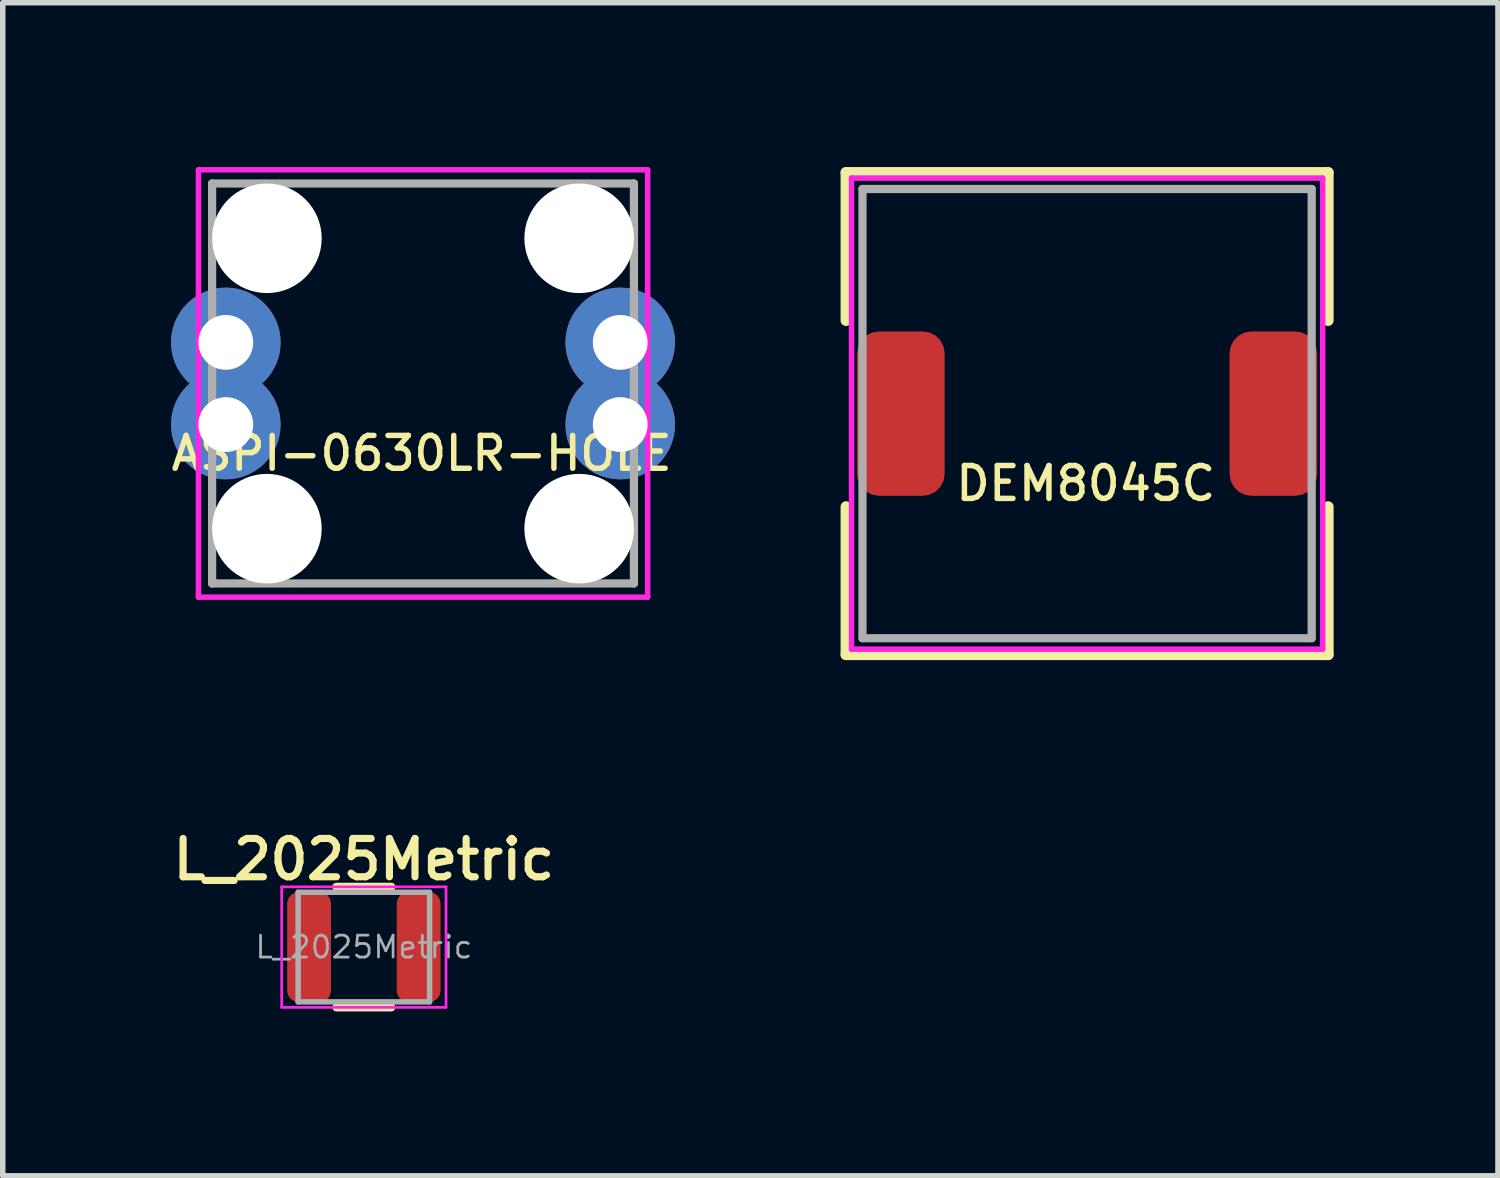
<source format=kicad_pcb>
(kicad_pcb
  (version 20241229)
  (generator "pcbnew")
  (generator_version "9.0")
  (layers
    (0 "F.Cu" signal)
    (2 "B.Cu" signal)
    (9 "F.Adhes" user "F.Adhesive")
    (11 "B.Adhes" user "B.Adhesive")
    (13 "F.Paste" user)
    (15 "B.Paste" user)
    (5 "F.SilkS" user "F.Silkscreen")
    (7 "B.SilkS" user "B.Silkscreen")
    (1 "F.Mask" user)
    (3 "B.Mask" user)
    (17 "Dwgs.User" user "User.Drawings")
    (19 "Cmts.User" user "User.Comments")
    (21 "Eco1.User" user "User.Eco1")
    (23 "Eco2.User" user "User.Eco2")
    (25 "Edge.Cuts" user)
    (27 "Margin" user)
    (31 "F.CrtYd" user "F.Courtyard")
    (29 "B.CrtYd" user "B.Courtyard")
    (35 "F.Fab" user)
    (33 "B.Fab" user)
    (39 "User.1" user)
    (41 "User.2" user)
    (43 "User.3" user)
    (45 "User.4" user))
  (footprint "L_2025Metric"
    (layer "F.Cu")
    (at 3.592 14.238)
    (property "Reference" "L_2025Metric" (at 0 -1.6 0) (layer "F.SilkS") (effects (font (size 0.7 0.7) (thickness 0.13))))
    (attr smd)
    (fp_line (start -0.5 -1.1) (end 0.5 -1.1) (stroke (width 0.15) (type solid)) (layer "F.SilkS"))
    (fp_line (start -0.5 1.1) (end 0.5 1.1) (stroke (width 0.15) (type solid)) (layer "F.SilkS"))
    (fp_line (start -1.5 -1.1) (end 1.5 -1.1) (stroke (width 0.05) (type solid)) (layer "F.CrtYd"))
    (fp_line (start -1.5 1.1) (end -1.5 -1.1) (stroke (width 0.05) (type solid)) (layer "F.CrtYd"))
    (fp_line (start 1.5 -1.1) (end 1.5 1.1) (stroke (width 0.05) (type solid)) (layer "F.CrtYd"))
    (fp_line (start 1.5 1.1) (end -1.5 1.1) (stroke (width 0.05) (type solid)) (layer "F.CrtYd"))
    (fp_line (start -1.2 -1) (end 1.2 -1) (stroke (width 0.1) (type solid)) (layer "F.Fab"))
    (fp_line (start -1.2 1) (end -1.2 -1) (stroke (width 0.1) (type solid)) (layer "F.Fab"))
    (fp_line (start 1.2 -1) (end 1.2 1) (stroke (width 0.1) (type solid)) (layer "F.Fab"))
    (fp_line (start 1.2 1) (end -1.2 1) (stroke (width 0.1) (type solid)) (layer "F.Fab"))
    (fp_text user "${REFERENCE}" (at 0 0 0) (layer "F.Fab") (effects (font (size 0.4 0.4) (thickness 0.05))))
    (pad "1" smd roundrect (at -1 0) (size 0.8 2) (layers "F.Cu" "F.Mask" "F.Paste") (roundrect_rratio 0.25))
    (pad "2" smd roundrect (at 1 0) (size 0.8 2) (layers "F.Cu" "F.Mask" "F.Paste") (roundrect_rratio 0.25)))
  (footprint "ASPI-0630LR-HOLE"
    (layer "F.Cu")
    (at 4.672 3.95)
    (property "Reference" "ASPI-0630LR-HOLE" (at -0.025 1.275 0) (layer "F.SilkS") (effects (font (size 0.6 0.6) (thickness 0.1))))
    (property "Value" "${VALUE}" (at 0 0 0) (layer "F.Fab") (hide yes) (effects (font (size 0.5 0.5) (thickness 0.1))))
    (attr smd)
    (fp_line (start -4.1 -3.9) (end 4.1 -3.9) (stroke (width 0.1) (type solid)) (layer "F.CrtYd"))
    (fp_line (start -4.1 3.9) (end -4.1 -3.9) (stroke (width 0.1) (type solid)) (layer "F.CrtYd"))
    (fp_line (start 4.1 -3.9) (end 4.1 3.9) (stroke (width 0.1) (type solid)) (layer "F.CrtYd"))
    (fp_line (start 4.1 3.9) (end -4.1 3.9) (stroke (width 0.1) (type solid)) (layer "F.CrtYd"))
    (fp_line (start -3.85 -3.65) (end 3.85 -3.65) (stroke (width 0.15) (type solid)) (layer "F.Fab"))
    (fp_line (start -3.85 3.65) (end -3.85 -3.65) (stroke (width 0.15) (type solid)) (layer "F.Fab"))
    (fp_line (start -3.85 3.65) (end 3.85 3.65) (stroke (width 0.15) (type solid)) (layer "F.Fab"))
    (fp_line (start 3.85 -3.65) (end 3.85 3.65) (stroke (width 0.15) (type solid)) (layer "F.Fab"))
    (pad "" np_thru_hole circle (at -2.85 -2.65) (size 2 2) (drill 2) (layers "*.Cu" "*.Mask"))
    (pad "" np_thru_hole circle (at -2.85 2.65 180) (size 2 2) (drill 2) (layers "*.Cu" "*.Mask"))
    (pad "" np_thru_hole circle (at 2.85 -2.65) (size 2 2) (drill 2) (layers "*.Cu" "*.Mask"))
    (pad "" np_thru_hole circle (at 2.85 2.65 180) (size 2 2) (drill 2) (layers "*.Cu" "*.Mask"))
    (pad "1" thru_hole circle (at -3.6 -0.75) (size 2 2) (drill 1) (layers "*.Cu" "*.Mask"))
    (pad "1" thru_hole circle (at -3.6 0.75) (size 2 2) (drill 1) (layers "*.Cu" "*.Mask"))
    (pad "2" thru_hole circle (at 3.6 -0.75) (size 2 2) (drill 1) (layers "*.Cu" "*.Mask"))
    (pad "2" thru_hole circle (at 3.6 0.75) (size 2 2) (drill 1) (layers "*.Cu" "*.Mask")))
  (footprint "DEM8045C"
    (layer "F.Cu")
    (at 16.794 4.5)
    (property "Reference" "DEM8045C" (at -0.025 1.275 0) (layer "F.SilkS") (effects (font (size 0.6 0.6) (thickness 0.1))))
    (property "Value" "${VALUE}" (at 0 0 0) (layer "F.Fab") (hide yes) (effects (font (size 0.5 0.5) (thickness 0.1))))
    (attr smd)
    (fp_line (start -4.4 -4.4) (end 4.4 -4.4) (stroke (width 0.2) (type solid)) (layer "F.SilkS"))
    (fp_line (start -4.4 -1.7) (end -4.4 -4.4) (stroke (width 0.2) (type solid)) (layer "F.SilkS"))
    (fp_line (start -4.4 4.4) (end -4.4 1.7) (stroke (width 0.2) (type solid)) (layer "F.SilkS"))
    (fp_line (start 4.4 -4.4) (end 4.4 -1.7) (stroke (width 0.2) (type solid)) (layer "F.SilkS"))
    (fp_line (start 4.4 1.7) (end 4.4 4.4) (stroke (width 0.2) (type solid)) (layer "F.SilkS"))
    (fp_line (start 4.4 4.4) (end -4.4 4.4) (stroke (width 0.2) (type solid)) (layer "F.SilkS"))
    (fp_line (start -4.3 -4.3) (end 4.3 -4.3) (stroke (width 0.1) (type solid)) (layer "F.CrtYd"))
    (fp_line (start -4.3 4.3) (end -4.3 -4.3) (stroke (width 0.1) (type solid)) (layer "F.CrtYd"))
    (fp_line (start 4.3 -4.3) (end 4.3 4.3) (stroke (width 0.1) (type solid)) (layer "F.CrtYd"))
    (fp_line (start 4.3 4.3) (end -4.3 4.3) (stroke (width 0.1) (type solid)) (layer "F.CrtYd"))
    (fp_line (start -4.1 -4.1) (end 4.1 -4.1) (stroke (width 0.15) (type solid)) (layer "F.Fab"))
    (fp_line (start -4.1 4.1) (end -4.1 -4.1) (stroke (width 0.15) (type solid)) (layer "F.Fab"))
    (fp_line (start -4.1 4.1) (end 4.1 4.1) (stroke (width 0.15) (type solid)) (layer "F.Fab"))
    (fp_line (start 4.1 -4.1) (end 4.1 4.1) (stroke (width 0.15) (type solid)) (layer "F.Fab"))
    (pad "1" smd roundrect (at -3.4 0) (size 1.6 3) (layers "F.Cu" "F.Mask" "F.Paste") (roundrect_rratio 0.25))
    (pad "2" smd roundrect (at 3.4 0) (size 1.6 3) (layers "F.Cu" "F.Mask" "F.Paste") (roundrect_rratio 0.25)))
  (gr_rect
    (start -3 -3)
    (end 24.294 18.413)
    (stroke (width 0.1) (type default))
    (fill no)
    (layer "Edge.Cuts")))
</source>
